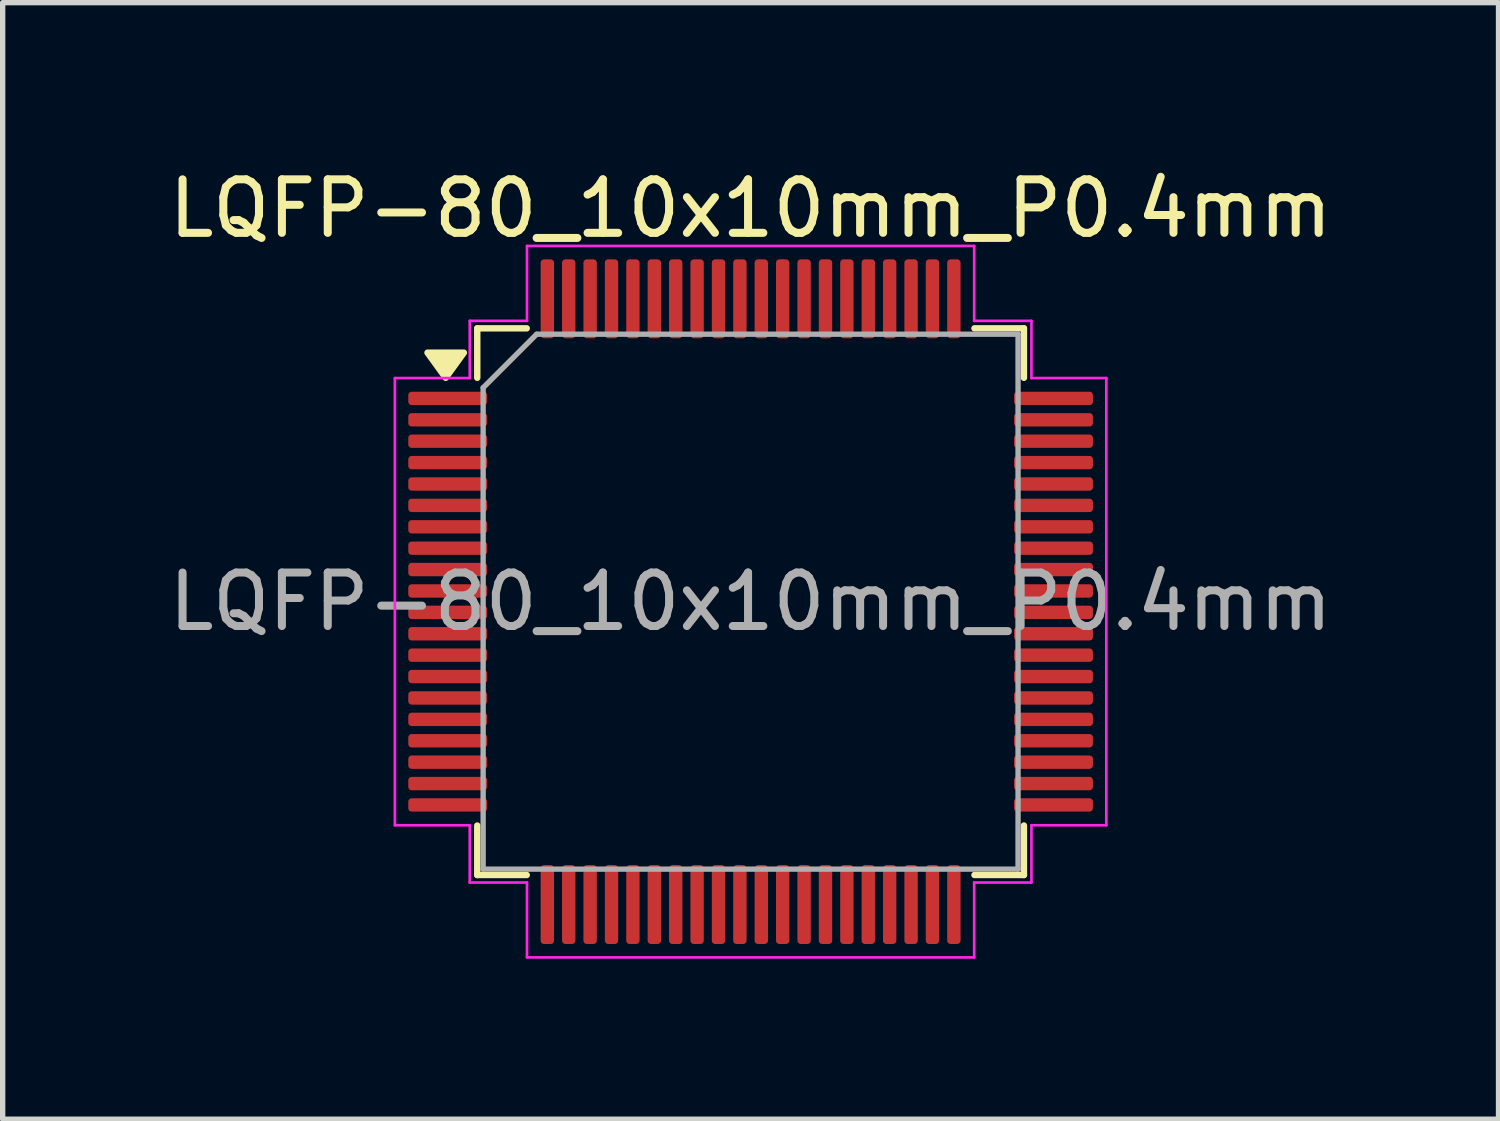
<source format=kicad_pcb>
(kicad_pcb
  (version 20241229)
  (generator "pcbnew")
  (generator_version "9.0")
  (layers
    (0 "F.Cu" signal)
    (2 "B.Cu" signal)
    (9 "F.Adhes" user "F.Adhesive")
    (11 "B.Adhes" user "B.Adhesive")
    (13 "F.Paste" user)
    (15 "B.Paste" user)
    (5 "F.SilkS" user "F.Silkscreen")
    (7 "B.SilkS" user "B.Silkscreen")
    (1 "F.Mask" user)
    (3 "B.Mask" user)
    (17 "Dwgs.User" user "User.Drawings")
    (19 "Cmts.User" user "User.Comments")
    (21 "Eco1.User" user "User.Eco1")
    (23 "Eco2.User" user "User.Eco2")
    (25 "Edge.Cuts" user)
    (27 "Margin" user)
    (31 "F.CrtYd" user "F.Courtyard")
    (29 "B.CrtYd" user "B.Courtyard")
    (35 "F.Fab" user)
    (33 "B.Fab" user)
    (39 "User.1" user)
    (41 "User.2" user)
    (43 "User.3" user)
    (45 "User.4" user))
  (footprint "LQFP-80_10x10mm_P0.4mm"
    (layer "F.Cu")
    (at 10.982 8.198)
    (property "Reference" "LQFP-80_10x10mm_P0.4mm" (at 0 -7.35 0) (layer "F.SilkS") (effects (font (size 1 1) (thickness 0.15))))
    (attr smd)
    (fp_line (start -5.11 -5.11) (end -5.11 -4.185) (stroke (width 0.12) (type solid)) (layer "F.SilkS"))
    (fp_line (start -5.11 5.11) (end -5.11 4.185) (stroke (width 0.12) (type solid)) (layer "F.SilkS"))
    (fp_line (start -4.185 -5.11) (end -5.11 -5.11) (stroke (width 0.12) (type solid)) (layer "F.SilkS"))
    (fp_line (start -4.185 5.11) (end -5.11 5.11) (stroke (width 0.12) (type solid)) (layer "F.SilkS"))
    (fp_line (start 4.185 -5.11) (end 5.11 -5.11) (stroke (width 0.12) (type solid)) (layer "F.SilkS"))
    (fp_line (start 4.185 5.11) (end 5.11 5.11) (stroke (width 0.12) (type solid)) (layer "F.SilkS"))
    (fp_line (start 5.11 -5.11) (end 5.11 -4.185) (stroke (width 0.12) (type solid)) (layer "F.SilkS"))
    (fp_line (start 5.11 5.11) (end 5.11 4.185) (stroke (width 0.12) (type solid)) (layer "F.SilkS"))
    (fp_poly (pts (xy -5.7 -4.185) (xy -6.04 -4.655) (xy -5.36 -4.655)) (stroke (width 0.12) (type solid)) (fill yes) (layer "F.SilkS"))
    (fp_line (start -6.65 -4.18) (end -5.25 -4.18) (stroke (width 0.05) (type solid)) (layer "F.CrtYd"))
    (fp_line (start -6.65 4.18) (end -6.65 -4.18) (stroke (width 0.05) (type solid)) (layer "F.CrtYd"))
    (fp_line (start -5.25 -5.25) (end -4.18 -5.25) (stroke (width 0.05) (type solid)) (layer "F.CrtYd"))
    (fp_line (start -5.25 -4.18) (end -5.25 -5.25) (stroke (width 0.05) (type solid)) (layer "F.CrtYd"))
    (fp_line (start -5.25 4.18) (end -6.65 4.18) (stroke (width 0.05) (type solid)) (layer "F.CrtYd"))
    (fp_line (start -5.25 5.25) (end -5.25 4.18) (stroke (width 0.05) (type solid)) (layer "F.CrtYd"))
    (fp_line (start -4.18 -6.65) (end 4.18 -6.65) (stroke (width 0.05) (type solid)) (layer "F.CrtYd"))
    (fp_line (start -4.18 -5.25) (end -4.18 -6.65) (stroke (width 0.05) (type solid)) (layer "F.CrtYd"))
    (fp_line (start -4.18 5.25) (end -5.25 5.25) (stroke (width 0.05) (type solid)) (layer "F.CrtYd"))
    (fp_line (start -4.18 6.65) (end -4.18 5.25) (stroke (width 0.05) (type solid)) (layer "F.CrtYd"))
    (fp_line (start 4.18 -6.65) (end 4.18 -5.25) (stroke (width 0.05) (type solid)) (layer "F.CrtYd"))
    (fp_line (start 4.18 -5.25) (end 5.25 -5.25) (stroke (width 0.05) (type solid)) (layer "F.CrtYd"))
    (fp_line (start 4.18 5.25) (end 4.18 6.65) (stroke (width 0.05) (type solid)) (layer "F.CrtYd"))
    (fp_line (start 4.18 6.65) (end -4.18 6.65) (stroke (width 0.05) (type solid)) (layer "F.CrtYd"))
    (fp_line (start 5.25 -5.25) (end 5.25 -4.18) (stroke (width 0.05) (type solid)) (layer "F.CrtYd"))
    (fp_line (start 5.25 -4.18) (end 6.65 -4.18) (stroke (width 0.05) (type solid)) (layer "F.CrtYd"))
    (fp_line (start 5.25 4.18) (end 5.25 5.25) (stroke (width 0.05) (type solid)) (layer "F.CrtYd"))
    (fp_line (start 5.25 5.25) (end 4.18 5.25) (stroke (width 0.05) (type solid)) (layer "F.CrtYd"))
    (fp_line (start 6.65 -4.18) (end 6.65 4.18) (stroke (width 0.05) (type solid)) (layer "F.CrtYd"))
    (fp_line (start 6.65 4.18) (end 5.25 4.18) (stroke (width 0.05) (type solid)) (layer "F.CrtYd"))
    (fp_line (start -5 -4) (end -4 -5) (stroke (width 0.1) (type solid)) (layer "F.Fab"))
    (fp_line (start -5 5) (end -5 -4) (stroke (width 0.1) (type solid)) (layer "F.Fab"))
    (fp_line (start -4 -5) (end 5 -5) (stroke (width 0.1) (type solid)) (layer "F.Fab"))
    (fp_line (start 5 -5) (end 5 5) (stroke (width 0.1) (type solid)) (layer "F.Fab"))
    (fp_line (start 5 5) (end -5 5) (stroke (width 0.1) (type solid)) (layer "F.Fab"))
    (fp_text user "${REFERENCE}" (at 0 0 0) (layer "F.Fab") (effects (font (size 1 1) (thickness 0.15))))
    (pad "1" smd roundrect (at -5.662 -3.8) (size 1.475 0.25) (layers "F.Cu" "F.Mask" "F.Paste") (roundrect_rratio 0.25))
    (pad "2" smd roundrect (at -5.662 -3.4) (size 1.475 0.25) (layers "F.Cu" "F.Mask" "F.Paste") (roundrect_rratio 0.25))
    (pad "3" smd roundrect (at -5.662 -3) (size 1.475 0.25) (layers "F.Cu" "F.Mask" "F.Paste") (roundrect_rratio 0.25))
    (pad "4" smd roundrect (at -5.662 -2.6) (size 1.475 0.25) (layers "F.Cu" "F.Mask" "F.Paste") (roundrect_rratio 0.25))
    (pad "5" smd roundrect (at -5.662 -2.2) (size 1.475 0.25) (layers "F.Cu" "F.Mask" "F.Paste") (roundrect_rratio 0.25))
    (pad "6" smd roundrect (at -5.662 -1.8) (size 1.475 0.25) (layers "F.Cu" "F.Mask" "F.Paste") (roundrect_rratio 0.25))
    (pad "7" smd roundrect (at -5.662 -1.4) (size 1.475 0.25) (layers "F.Cu" "F.Mask" "F.Paste") (roundrect_rratio 0.25))
    (pad "8" smd roundrect (at -5.662 -1) (size 1.475 0.25) (layers "F.Cu" "F.Mask" "F.Paste") (roundrect_rratio 0.25))
    (pad "9" smd roundrect (at -5.662 -0.6) (size 1.475 0.25) (layers "F.Cu" "F.Mask" "F.Paste") (roundrect_rratio 0.25))
    (pad "10" smd roundrect (at -5.662 -0.2) (size 1.475 0.25) (layers "F.Cu" "F.Mask" "F.Paste") (roundrect_rratio 0.25))
    (pad "11" smd roundrect (at -5.662 0.2) (size 1.475 0.25) (layers "F.Cu" "F.Mask" "F.Paste") (roundrect_rratio 0.25))
    (pad "12" smd roundrect (at -5.662 0.6) (size 1.475 0.25) (layers "F.Cu" "F.Mask" "F.Paste") (roundrect_rratio 0.25))
    (pad "13" smd roundrect (at -5.662 1) (size 1.475 0.25) (layers "F.Cu" "F.Mask" "F.Paste") (roundrect_rratio 0.25))
    (pad "14" smd roundrect (at -5.662 1.4) (size 1.475 0.25) (layers "F.Cu" "F.Mask" "F.Paste") (roundrect_rratio 0.25))
    (pad "15" smd roundrect (at -5.662 1.8) (size 1.475 0.25) (layers "F.Cu" "F.Mask" "F.Paste") (roundrect_rratio 0.25))
    (pad "16" smd roundrect (at -5.662 2.2) (size 1.475 0.25) (layers "F.Cu" "F.Mask" "F.Paste") (roundrect_rratio 0.25))
    (pad "17" smd roundrect (at -5.662 2.6) (size 1.475 0.25) (layers "F.Cu" "F.Mask" "F.Paste") (roundrect_rratio 0.25))
    (pad "18" smd roundrect (at -5.662 3) (size 1.475 0.25) (layers "F.Cu" "F.Mask" "F.Paste") (roundrect_rratio 0.25))
    (pad "19" smd roundrect (at -5.662 3.4) (size 1.475 0.25) (layers "F.Cu" "F.Mask" "F.Paste") (roundrect_rratio 0.25))
    (pad "20" smd roundrect (at -5.662 3.8) (size 1.475 0.25) (layers "F.Cu" "F.Mask" "F.Paste") (roundrect_rratio 0.25))
    (pad "21" smd roundrect (at -3.8 5.662) (size 0.25 1.475) (layers "F.Cu" "F.Mask" "F.Paste") (roundrect_rratio 0.25))
    (pad "22" smd roundrect (at -3.4 5.662) (size 0.25 1.475) (layers "F.Cu" "F.Mask" "F.Paste") (roundrect_rratio 0.25))
    (pad "23" smd roundrect (at -3 5.662) (size 0.25 1.475) (layers "F.Cu" "F.Mask" "F.Paste") (roundrect_rratio 0.25))
    (pad "24" smd roundrect (at -2.6 5.662) (size 0.25 1.475) (layers "F.Cu" "F.Mask" "F.Paste") (roundrect_rratio 0.25))
    (pad "25" smd roundrect (at -2.2 5.662) (size 0.25 1.475) (layers "F.Cu" "F.Mask" "F.Paste") (roundrect_rratio 0.25))
    (pad "26" smd roundrect (at -1.8 5.662) (size 0.25 1.475) (layers "F.Cu" "F.Mask" "F.Paste") (roundrect_rratio 0.25))
    (pad "27" smd roundrect (at -1.4 5.662) (size 0.25 1.475) (layers "F.Cu" "F.Mask" "F.Paste") (roundrect_rratio 0.25))
    (pad "28" smd roundrect (at -1 5.662) (size 0.25 1.475) (layers "F.Cu" "F.Mask" "F.Paste") (roundrect_rratio 0.25))
    (pad "29" smd roundrect (at -0.6 5.662) (size 0.25 1.475) (layers "F.Cu" "F.Mask" "F.Paste") (roundrect_rratio 0.25))
    (pad "30" smd roundrect (at -0.2 5.662) (size 0.25 1.475) (layers "F.Cu" "F.Mask" "F.Paste") (roundrect_rratio 0.25))
    (pad "31" smd roundrect (at 0.2 5.662) (size 0.25 1.475) (layers "F.Cu" "F.Mask" "F.Paste") (roundrect_rratio 0.25))
    (pad "32" smd roundrect (at 0.6 5.662) (size 0.25 1.475) (layers "F.Cu" "F.Mask" "F.Paste") (roundrect_rratio 0.25))
    (pad "33" smd roundrect (at 1 5.662) (size 0.25 1.475) (layers "F.Cu" "F.Mask" "F.Paste") (roundrect_rratio 0.25))
    (pad "34" smd roundrect (at 1.4 5.662) (size 0.25 1.475) (layers "F.Cu" "F.Mask" "F.Paste") (roundrect_rratio 0.25))
    (pad "35" smd roundrect (at 1.8 5.662) (size 0.25 1.475) (layers "F.Cu" "F.Mask" "F.Paste") (roundrect_rratio 0.25))
    (pad "36" smd roundrect (at 2.2 5.662) (size 0.25 1.475) (layers "F.Cu" "F.Mask" "F.Paste") (roundrect_rratio 0.25))
    (pad "37" smd roundrect (at 2.6 5.662) (size 0.25 1.475) (layers "F.Cu" "F.Mask" "F.Paste") (roundrect_rratio 0.25))
    (pad "38" smd roundrect (at 3 5.662) (size 0.25 1.475) (layers "F.Cu" "F.Mask" "F.Paste") (roundrect_rratio 0.25))
    (pad "39" smd roundrect (at 3.4 5.662) (size 0.25 1.475) (layers "F.Cu" "F.Mask" "F.Paste") (roundrect_rratio 0.25))
    (pad "40" smd roundrect (at 3.8 5.662) (size 0.25 1.475) (layers "F.Cu" "F.Mask" "F.Paste") (roundrect_rratio 0.25))
    (pad "41" smd roundrect (at 5.662 3.8) (size 1.475 0.25) (layers "F.Cu" "F.Mask" "F.Paste") (roundrect_rratio 0.25))
    (pad "42" smd roundrect (at 5.662 3.4) (size 1.475 0.25) (layers "F.Cu" "F.Mask" "F.Paste") (roundrect_rratio 0.25))
    (pad "43" smd roundrect (at 5.662 3) (size 1.475 0.25) (layers "F.Cu" "F.Mask" "F.Paste") (roundrect_rratio 0.25))
    (pad "44" smd roundrect (at 5.662 2.6) (size 1.475 0.25) (layers "F.Cu" "F.Mask" "F.Paste") (roundrect_rratio 0.25))
    (pad "45" smd roundrect (at 5.662 2.2) (size 1.475 0.25) (layers "F.Cu" "F.Mask" "F.Paste") (roundrect_rratio 0.25))
    (pad "46" smd roundrect (at 5.662 1.8) (size 1.475 0.25) (layers "F.Cu" "F.Mask" "F.Paste") (roundrect_rratio 0.25))
    (pad "47" smd roundrect (at 5.662 1.4) (size 1.475 0.25) (layers "F.Cu" "F.Mask" "F.Paste") (roundrect_rratio 0.25))
    (pad "48" smd roundrect (at 5.662 1) (size 1.475 0.25) (layers "F.Cu" "F.Mask" "F.Paste") (roundrect_rratio 0.25))
    (pad "49" smd roundrect (at 5.662 0.6) (size 1.475 0.25) (layers "F.Cu" "F.Mask" "F.Paste") (roundrect_rratio 0.25))
    (pad "50" smd roundrect (at 5.662 0.2) (size 1.475 0.25) (layers "F.Cu" "F.Mask" "F.Paste") (roundrect_rratio 0.25))
    (pad "51" smd roundrect (at 5.662 -0.2) (size 1.475 0.25) (layers "F.Cu" "F.Mask" "F.Paste") (roundrect_rratio 0.25))
    (pad "52" smd roundrect (at 5.662 -0.6) (size 1.475 0.25) (layers "F.Cu" "F.Mask" "F.Paste") (roundrect_rratio 0.25))
    (pad "53" smd roundrect (at 5.662 -1) (size 1.475 0.25) (layers "F.Cu" "F.Mask" "F.Paste") (roundrect_rratio 0.25))
    (pad "54" smd roundrect (at 5.662 -1.4) (size 1.475 0.25) (layers "F.Cu" "F.Mask" "F.Paste") (roundrect_rratio 0.25))
    (pad "55" smd roundrect (at 5.662 -1.8) (size 1.475 0.25) (layers "F.Cu" "F.Mask" "F.Paste") (roundrect_rratio 0.25))
    (pad "56" smd roundrect (at 5.662 -2.2) (size 1.475 0.25) (layers "F.Cu" "F.Mask" "F.Paste") (roundrect_rratio 0.25))
    (pad "57" smd roundrect (at 5.662 -2.6) (size 1.475 0.25) (layers "F.Cu" "F.Mask" "F.Paste") (roundrect_rratio 0.25))
    (pad "58" smd roundrect (at 5.662 -3) (size 1.475 0.25) (layers "F.Cu" "F.Mask" "F.Paste") (roundrect_rratio 0.25))
    (pad "59" smd roundrect (at 5.662 -3.4) (size 1.475 0.25) (layers "F.Cu" "F.Mask" "F.Paste") (roundrect_rratio 0.25))
    (pad "60" smd roundrect (at 5.662 -3.8) (size 1.475 0.25) (layers "F.Cu" "F.Mask" "F.Paste") (roundrect_rratio 0.25))
    (pad "61" smd roundrect (at 3.8 -5.662) (size 0.25 1.475) (layers "F.Cu" "F.Mask" "F.Paste") (roundrect_rratio 0.25))
    (pad "62" smd roundrect (at 3.4 -5.662) (size 0.25 1.475) (layers "F.Cu" "F.Mask" "F.Paste") (roundrect_rratio 0.25))
    (pad "63" smd roundrect (at 3 -5.662) (size 0.25 1.475) (layers "F.Cu" "F.Mask" "F.Paste") (roundrect_rratio 0.25))
    (pad "64" smd roundrect (at 2.6 -5.662) (size 0.25 1.475) (layers "F.Cu" "F.Mask" "F.Paste") (roundrect_rratio 0.25))
    (pad "65" smd roundrect (at 2.2 -5.662) (size 0.25 1.475) (layers "F.Cu" "F.Mask" "F.Paste") (roundrect_rratio 0.25))
    (pad "66" smd roundrect (at 1.8 -5.662) (size 0.25 1.475) (layers "F.Cu" "F.Mask" "F.Paste") (roundrect_rratio 0.25))
    (pad "67" smd roundrect (at 1.4 -5.662) (size 0.25 1.475) (layers "F.Cu" "F.Mask" "F.Paste") (roundrect_rratio 0.25))
    (pad "68" smd roundrect (at 1 -5.662) (size 0.25 1.475) (layers "F.Cu" "F.Mask" "F.Paste") (roundrect_rratio 0.25))
    (pad "69" smd roundrect (at 0.6 -5.662) (size 0.25 1.475) (layers "F.Cu" "F.Mask" "F.Paste") (roundrect_rratio 0.25))
    (pad "70" smd roundrect (at 0.2 -5.662) (size 0.25 1.475) (layers "F.Cu" "F.Mask" "F.Paste") (roundrect_rratio 0.25))
    (pad "71" smd roundrect (at -0.2 -5.662) (size 0.25 1.475) (layers "F.Cu" "F.Mask" "F.Paste") (roundrect_rratio 0.25))
    (pad "72" smd roundrect (at -0.6 -5.662) (size 0.25 1.475) (layers "F.Cu" "F.Mask" "F.Paste") (roundrect_rratio 0.25))
    (pad "73" smd roundrect (at -1 -5.662) (size 0.25 1.475) (layers "F.Cu" "F.Mask" "F.Paste") (roundrect_rratio 0.25))
    (pad "74" smd roundrect (at -1.4 -5.662) (size 0.25 1.475) (layers "F.Cu" "F.Mask" "F.Paste") (roundrect_rratio 0.25))
    (pad "75" smd roundrect (at -1.8 -5.662) (size 0.25 1.475) (layers "F.Cu" "F.Mask" "F.Paste") (roundrect_rratio 0.25))
    (pad "76" smd roundrect (at -2.2 -5.662) (size 0.25 1.475) (layers "F.Cu" "F.Mask" "F.Paste") (roundrect_rratio 0.25))
    (pad "77" smd roundrect (at -2.6 -5.662) (size 0.25 1.475) (layers "F.Cu" "F.Mask" "F.Paste") (roundrect_rratio 0.25))
    (pad "78" smd roundrect (at -3 -5.662) (size 0.25 1.475) (layers "F.Cu" "F.Mask" "F.Paste") (roundrect_rratio 0.25))
    (pad "79" smd roundrect (at -3.4 -5.662) (size 0.25 1.475) (layers "F.Cu" "F.Mask" "F.Paste") (roundrect_rratio 0.25))
    (pad "80" smd roundrect (at -3.8 -5.662) (size 0.25 1.475) (layers "F.Cu" "F.Mask" "F.Paste") (roundrect_rratio 0.25)))
  (gr_rect
    (start -3 -3)
    (end 24.964 17.873)
    (stroke (width 0.1) (type default))
    (fill no)
    (layer "Edge.Cuts")))
</source>
